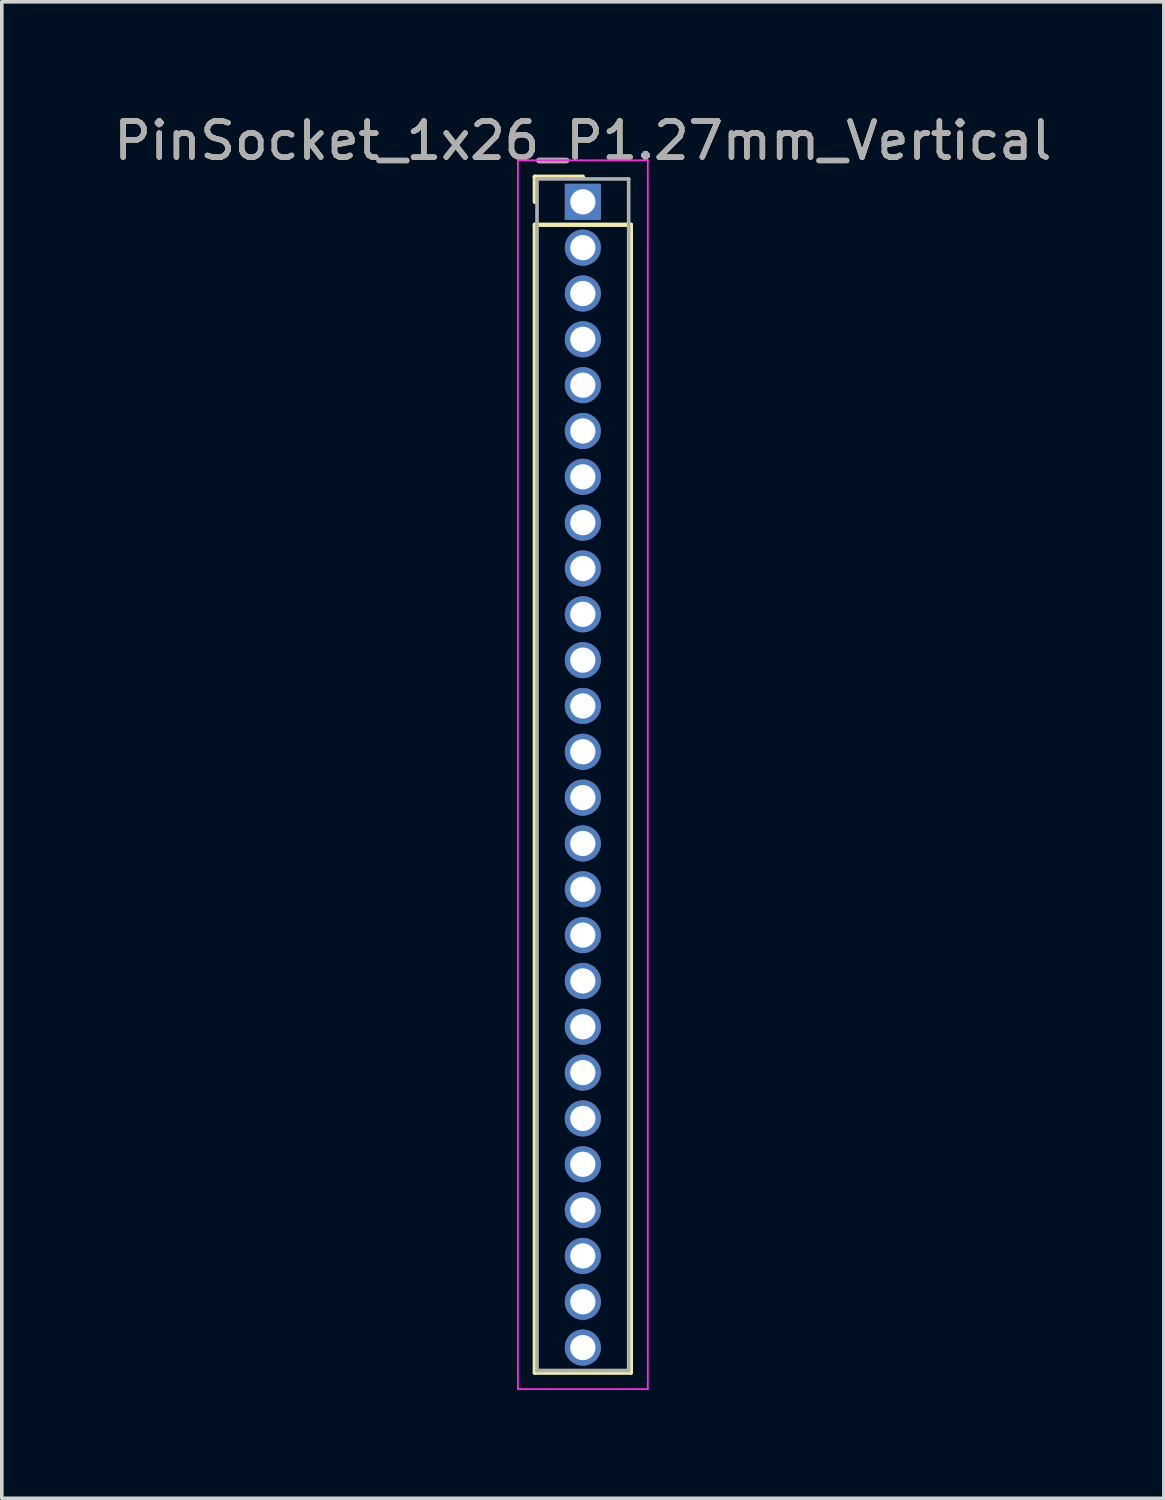
<source format=kicad_pcb>
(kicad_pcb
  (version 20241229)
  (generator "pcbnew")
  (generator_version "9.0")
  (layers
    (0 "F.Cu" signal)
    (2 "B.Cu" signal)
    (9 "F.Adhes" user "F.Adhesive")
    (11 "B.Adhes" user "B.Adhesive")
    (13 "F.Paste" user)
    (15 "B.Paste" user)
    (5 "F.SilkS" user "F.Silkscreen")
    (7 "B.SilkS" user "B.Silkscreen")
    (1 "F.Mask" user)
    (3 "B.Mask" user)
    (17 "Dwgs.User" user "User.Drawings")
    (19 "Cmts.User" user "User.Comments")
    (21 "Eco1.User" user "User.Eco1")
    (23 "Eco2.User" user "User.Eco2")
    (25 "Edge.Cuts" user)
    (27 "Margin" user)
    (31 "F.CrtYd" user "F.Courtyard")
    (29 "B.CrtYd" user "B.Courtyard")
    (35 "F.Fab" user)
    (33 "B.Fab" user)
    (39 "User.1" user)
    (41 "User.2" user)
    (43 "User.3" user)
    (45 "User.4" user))
  (footprint "PinSocket_1x26_P1.27mm_Vertical"
    (layer "F.Cu")
    (at 13.101 2.543)
    (property "Reference" "PinSocket_1x26_P1.27mm_Vertical" (at 0 -1.695 0) (layer "F.SilkS") (effects (font (size 1 1) (thickness 0.15))))
    (attr through_hole)
    (fp_line (start -1.33 -0.695) (end 0 -0.695) (stroke (width 0.12) (type solid)) (layer "F.SilkS"))
    (fp_line (start -1.33 0) (end -1.33 -0.695) (stroke (width 0.12) (type solid)) (layer "F.SilkS"))
    (fp_line (start -1.33 0.635) (end -1.33 32.445) (stroke (width 0.12) (type solid)) (layer "F.SilkS"))
    (fp_line (start -1.33 32.445) (end 1.33 32.445) (stroke (width 0.12) (type solid)) (layer "F.SilkS"))
    (fp_line (start 1.33 0.635) (end -1.33 0.635) (stroke (width 0.12) (type solid)) (layer "F.SilkS"))
    (fp_line (start 1.33 32.445) (end 1.33 0.635) (stroke (width 0.12) (type solid)) (layer "F.SilkS"))
    (fp_line (start -1.8 -1.15) (end -1.8 32.9) (stroke (width 0.05) (type solid)) (layer "F.CrtYd"))
    (fp_line (start -1.8 32.9) (end 1.8 32.9) (stroke (width 0.05) (type solid)) (layer "F.CrtYd"))
    (fp_line (start 1.8 -1.15) (end -1.8 -1.15) (stroke (width 0.05) (type solid)) (layer "F.CrtYd"))
    (fp_line (start 1.8 32.9) (end 1.8 -1.15) (stroke (width 0.05) (type solid)) (layer "F.CrtYd"))
    (fp_line (start -1.27 -0.635) (end -1.27 32.385) (stroke (width 0.1) (type solid)) (layer "F.Fab"))
    (fp_line (start -1.27 32.385) (end 1.27 32.385) (stroke (width 0.1) (type solid)) (layer "F.Fab"))
    (fp_line (start 1.27 -0.635) (end -1.27 -0.635) (stroke (width 0.1) (type solid)) (layer "F.Fab"))
    (fp_line (start 1.27 32.385) (end 1.27 -0.635) (stroke (width 0.1) (type solid)) (layer "F.Fab"))
    (fp_text user "${REFERENCE}" (at 0 -1.695 0) (layer "F.Fab") (effects (font (size 1 1) (thickness 0.15))))
    (pad "1" thru_hole rect (at 0 0) (size 1 1) (drill 0.7) (layers "*.Cu" "*.Mask"))
    (pad "2" thru_hole oval (at 0 1.27) (size 1 1) (drill 0.7) (layers "*.Cu" "*.Mask"))
    (pad "3" thru_hole oval (at 0 2.54) (size 1 1) (drill 0.7) (layers "*.Cu" "*.Mask"))
    (pad "4" thru_hole oval (at 0 3.81) (size 1 1) (drill 0.7) (layers "*.Cu" "*.Mask"))
    (pad "5" thru_hole oval (at 0 5.08) (size 1 1) (drill 0.7) (layers "*.Cu" "*.Mask"))
    (pad "6" thru_hole oval (at 0 6.35) (size 1 1) (drill 0.7) (layers "*.Cu" "*.Mask"))
    (pad "7" thru_hole oval (at 0 7.62) (size 1 1) (drill 0.7) (layers "*.Cu" "*.Mask"))
    (pad "8" thru_hole oval (at 0 8.89) (size 1 1) (drill 0.7) (layers "*.Cu" "*.Mask"))
    (pad "9" thru_hole oval (at 0 10.16) (size 1 1) (drill 0.7) (layers "*.Cu" "*.Mask"))
    (pad "10" thru_hole oval (at 0 11.43) (size 1 1) (drill 0.7) (layers "*.Cu" "*.Mask"))
    (pad "11" thru_hole oval (at 0 12.7) (size 1 1) (drill 0.7) (layers "*.Cu" "*.Mask"))
    (pad "12" thru_hole oval (at 0 13.97) (size 1 1) (drill 0.7) (layers "*.Cu" "*.Mask"))
    (pad "13" thru_hole oval (at 0 15.24) (size 1 1) (drill 0.7) (layers "*.Cu" "*.Mask"))
    (pad "14" thru_hole oval (at 0 16.51) (size 1 1) (drill 0.7) (layers "*.Cu" "*.Mask"))
    (pad "15" thru_hole oval (at 0 17.78) (size 1 1) (drill 0.7) (layers "*.Cu" "*.Mask"))
    (pad "16" thru_hole oval (at 0 19.05) (size 1 1) (drill 0.7) (layers "*.Cu" "*.Mask"))
    (pad "17" thru_hole oval (at 0 20.32) (size 1 1) (drill 0.7) (layers "*.Cu" "*.Mask"))
    (pad "18" thru_hole oval (at 0 21.59) (size 1 1) (drill 0.7) (layers "*.Cu" "*.Mask"))
    (pad "19" thru_hole oval (at 0 22.86) (size 1 1) (drill 0.7) (layers "*.Cu" "*.Mask"))
    (pad "20" thru_hole oval (at 0 24.13) (size 1 1) (drill 0.7) (layers "*.Cu" "*.Mask"))
    (pad "21" thru_hole oval (at 0 25.4) (size 1 1) (drill 0.7) (layers "*.Cu" "*.Mask"))
    (pad "22" thru_hole oval (at 0 26.67) (size 1 1) (drill 0.7) (layers "*.Cu" "*.Mask"))
    (pad "23" thru_hole oval (at 0 27.94) (size 1 1) (drill 0.7) (layers "*.Cu" "*.Mask"))
    (pad "24" thru_hole oval (at 0 29.21) (size 1 1) (drill 0.7) (layers "*.Cu" "*.Mask"))
    (pad "25" thru_hole oval (at 0 30.48) (size 1 1) (drill 0.7) (layers "*.Cu" "*.Mask"))
    (pad "26" thru_hole oval (at 0 31.75) (size 1 1) (drill 0.7) (layers "*.Cu" "*.Mask")))
  (gr_rect
    (start -3 -3)
    (end 29.202 38.468)
    (stroke (width 0.1) (type default))
    (fill no)
    (layer "Edge.Cuts")))
</source>
